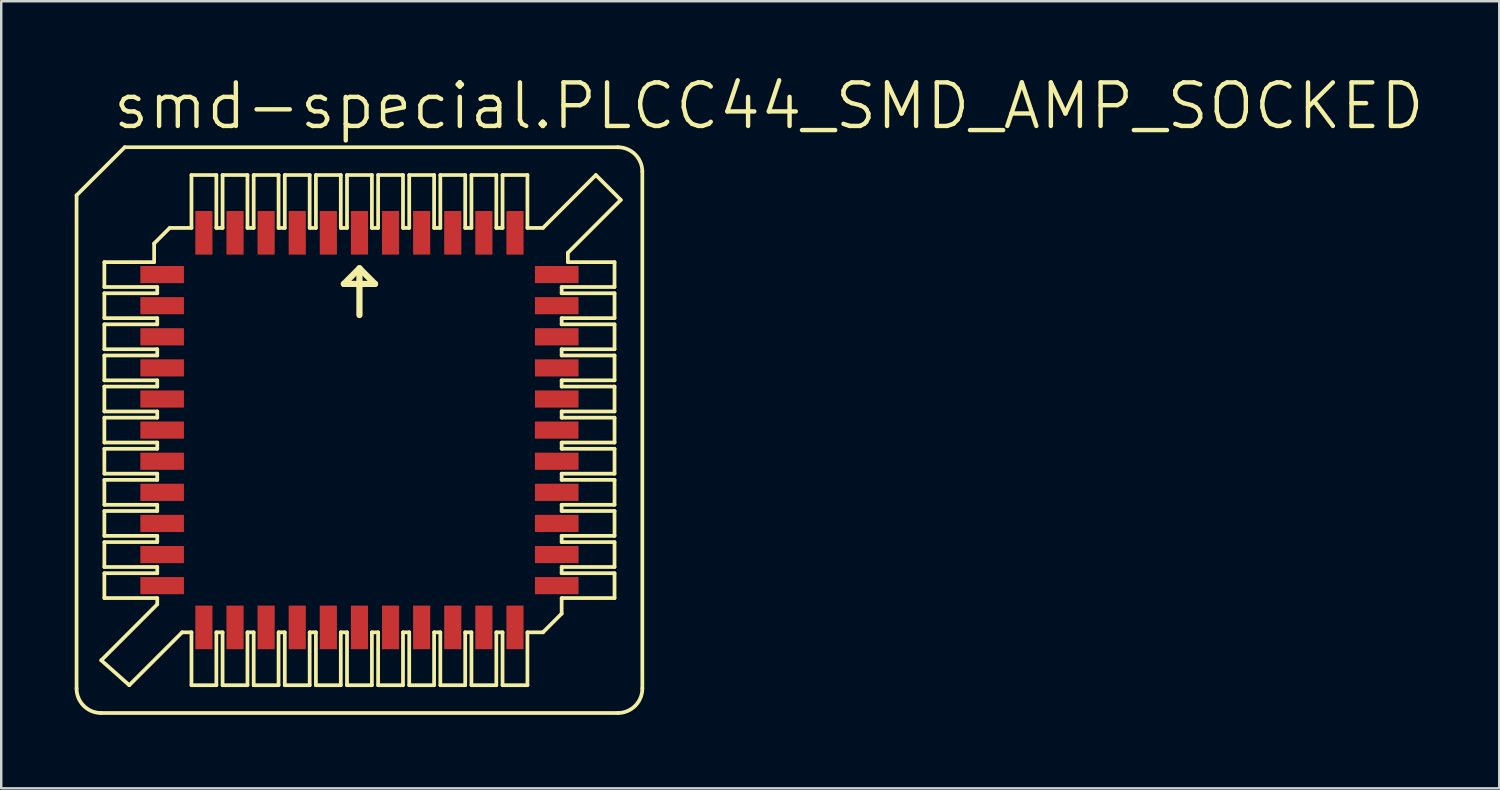
<source format=kicad_pcb>
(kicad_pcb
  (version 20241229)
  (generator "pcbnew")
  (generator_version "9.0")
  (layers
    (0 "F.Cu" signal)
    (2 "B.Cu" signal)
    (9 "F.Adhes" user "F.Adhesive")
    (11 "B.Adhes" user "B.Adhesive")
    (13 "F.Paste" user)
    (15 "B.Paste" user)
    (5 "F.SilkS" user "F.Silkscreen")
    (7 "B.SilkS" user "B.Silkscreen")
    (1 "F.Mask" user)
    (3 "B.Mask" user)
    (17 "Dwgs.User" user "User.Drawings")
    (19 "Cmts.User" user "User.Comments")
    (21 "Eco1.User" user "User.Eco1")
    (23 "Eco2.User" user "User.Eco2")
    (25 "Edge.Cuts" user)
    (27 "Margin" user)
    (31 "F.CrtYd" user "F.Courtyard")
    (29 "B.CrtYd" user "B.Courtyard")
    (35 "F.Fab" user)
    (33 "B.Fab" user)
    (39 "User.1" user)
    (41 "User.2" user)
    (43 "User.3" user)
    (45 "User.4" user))
  (footprint "smd-special.PLCC44_SMD_AMP_SOCKED"
    (layer "F.Cu")
    (at 11.625 14.51)
    (property "Reference" "smd-special.PLCC44_SMD_AMP_SOCKED" (at -10.16 -12.192 0) (layer "F.SilkS") (effects (font (size 1.778 1.778) (thickness 0.18)) (justify left bottom)))
    (attr smd)
    (fp_line (start -11.549 -9.587) (end -11.549 10.549) (stroke (width 0.152) (type default)) (layer "F.SilkS"))
    (fp_line (start -10.549 11.549) (end 10.549 11.549) (stroke (width 0.152) (type default)) (layer "F.SilkS"))
    (fp_line (start -10.541 9.398) (end -8.255 7.112) (stroke (width 0.152) (type default)) (layer "F.SilkS"))
    (fp_line (start -10.414 -5.842) (end -10.414 -6.858) (stroke (width 0.152) (type default)) (layer "F.SilkS"))
    (fp_line (start -10.414 -5.842) (end -8.255 -5.842) (stroke (width 0.152) (type default)) (layer "F.SilkS"))
    (fp_line (start -10.414 -4.572) (end -10.414 -5.588) (stroke (width 0.152) (type default)) (layer "F.SilkS"))
    (fp_line (start -10.414 -4.572) (end -8.255 -4.572) (stroke (width 0.152) (type default)) (layer "F.SilkS"))
    (fp_line (start -10.414 -3.302) (end -10.414 -4.318) (stroke (width 0.152) (type default)) (layer "F.SilkS"))
    (fp_line (start -10.414 -3.302) (end -8.255 -3.302) (stroke (width 0.152) (type default)) (layer "F.SilkS"))
    (fp_line (start -10.414 -2.032) (end -10.414 -3.048) (stroke (width 0.152) (type default)) (layer "F.SilkS"))
    (fp_line (start -10.414 -2.032) (end -8.255 -2.032) (stroke (width 0.152) (type default)) (layer "F.SilkS"))
    (fp_line (start -10.414 -0.762) (end -10.414 -1.778) (stroke (width 0.152) (type default)) (layer "F.SilkS"))
    (fp_line (start -10.414 -0.762) (end -8.255 -0.762) (stroke (width 0.152) (type default)) (layer "F.SilkS"))
    (fp_line (start -10.414 0.508) (end -10.414 -0.508) (stroke (width 0.152) (type default)) (layer "F.SilkS"))
    (fp_line (start -10.414 0.508) (end -8.255 0.508) (stroke (width 0.152) (type default)) (layer "F.SilkS"))
    (fp_line (start -10.414 1.778) (end -10.414 0.762) (stroke (width 0.152) (type default)) (layer "F.SilkS"))
    (fp_line (start -10.414 1.778) (end -8.255 1.778) (stroke (width 0.152) (type default)) (layer "F.SilkS"))
    (fp_line (start -10.414 2.032) (end -8.255 2.032) (stroke (width 0.152) (type default)) (layer "F.SilkS"))
    (fp_line (start -10.414 3.048) (end -10.414 2.032) (stroke (width 0.152) (type default)) (layer "F.SilkS"))
    (fp_line (start -10.414 3.048) (end -8.255 3.048) (stroke (width 0.152) (type default)) (layer "F.SilkS"))
    (fp_line (start -10.414 4.318) (end -10.414 3.302) (stroke (width 0.152) (type default)) (layer "F.SilkS"))
    (fp_line (start -10.414 4.318) (end -8.255 4.318) (stroke (width 0.152) (type default)) (layer "F.SilkS"))
    (fp_line (start -10.414 4.572) (end -10.414 5.588) (stroke (width 0.152) (type default)) (layer "F.SilkS"))
    (fp_line (start -10.414 4.572) (end -8.255 4.572) (stroke (width 0.152) (type default)) (layer "F.SilkS"))
    (fp_line (start -10.414 5.588) (end -8.255 5.588) (stroke (width 0.152) (type default)) (layer "F.SilkS"))
    (fp_line (start -10.414 5.842) (end -10.414 6.858) (stroke (width 0.152) (type default)) (layer "F.SilkS"))
    (fp_line (start -10.414 5.842) (end -8.255 5.842) (stroke (width 0.152) (type default)) (layer "F.SilkS"))
    (fp_line (start -10.414 6.858) (end -8.255 6.858) (stroke (width 0.152) (type default)) (layer "F.SilkS"))
    (fp_line (start -9.583 -11.549) (end -11.549 -9.587) (stroke (width 0.152) (type default)) (layer "F.SilkS"))
    (fp_line (start -9.398 10.414) (end -10.541 9.398) (stroke (width 0.152) (type default)) (layer "F.SilkS"))
    (fp_line (start -9.398 10.414) (end -7.239 8.255) (stroke (width 0.152) (type default)) (layer "F.SilkS"))
    (fp_line (start -8.382 -6.858) (end -10.414 -6.858) (stroke (width 0.152) (type default)) (layer "F.SilkS"))
    (fp_line (start -8.382 -6.858) (end -8.382 -7.62) (stroke (width 0.152) (type default)) (layer "F.SilkS"))
    (fp_line (start -8.255 -5.588) (end -10.414 -5.588) (stroke (width 0.152) (type default)) (layer "F.SilkS"))
    (fp_line (start -8.255 -5.588) (end -8.255 -5.842) (stroke (width 0.152) (type default)) (layer "F.SilkS"))
    (fp_line (start -8.255 -4.318) (end -10.414 -4.318) (stroke (width 0.152) (type default)) (layer "F.SilkS"))
    (fp_line (start -8.255 -4.318) (end -8.255 -4.572) (stroke (width 0.152) (type default)) (layer "F.SilkS"))
    (fp_line (start -8.255 -3.048) (end -10.414 -3.048) (stroke (width 0.152) (type default)) (layer "F.SilkS"))
    (fp_line (start -8.255 -3.048) (end -8.255 -3.302) (stroke (width 0.152) (type default)) (layer "F.SilkS"))
    (fp_line (start -8.255 -1.778) (end -10.414 -1.778) (stroke (width 0.152) (type default)) (layer "F.SilkS"))
    (fp_line (start -8.255 -1.778) (end -8.255 -2.032) (stroke (width 0.152) (type default)) (layer "F.SilkS"))
    (fp_line (start -8.255 -0.508) (end -10.414 -0.508) (stroke (width 0.152) (type default)) (layer "F.SilkS"))
    (fp_line (start -8.255 -0.508) (end -8.255 -0.762) (stroke (width 0.152) (type default)) (layer "F.SilkS"))
    (fp_line (start -8.255 0.762) (end -10.414 0.762) (stroke (width 0.152) (type default)) (layer "F.SilkS"))
    (fp_line (start -8.255 0.762) (end -8.255 0.508) (stroke (width 0.152) (type default)) (layer "F.SilkS"))
    (fp_line (start -8.255 2.032) (end -8.255 1.778) (stroke (width 0.152) (type default)) (layer "F.SilkS"))
    (fp_line (start -8.255 3.302) (end -10.414 3.302) (stroke (width 0.152) (type default)) (layer "F.SilkS"))
    (fp_line (start -8.255 3.302) (end -8.255 3.048) (stroke (width 0.152) (type default)) (layer "F.SilkS"))
    (fp_line (start -8.255 4.318) (end -8.255 4.572) (stroke (width 0.152) (type default)) (layer "F.SilkS"))
    (fp_line (start -8.255 5.588) (end -8.255 5.842) (stroke (width 0.152) (type default)) (layer "F.SilkS"))
    (fp_line (start -8.255 6.858) (end -8.255 7.112) (stroke (width 0.152) (type default)) (layer "F.SilkS"))
    (fp_line (start -7.747 -8.255) (end -8.382 -7.62) (stroke (width 0.152) (type default)) (layer "F.SilkS"))
    (fp_line (start -6.858 -10.414) (end -6.858 -8.255) (stroke (width 0.152) (type default)) (layer "F.SilkS"))
    (fp_line (start -6.858 -8.255) (end -7.747 -8.255) (stroke (width 0.152) (type default)) (layer "F.SilkS"))
    (fp_line (start -6.858 8.255) (end -7.239 8.255) (stroke (width 0.152) (type default)) (layer "F.SilkS"))
    (fp_line (start -6.858 10.414) (end -6.858 8.255) (stroke (width 0.152) (type default)) (layer "F.SilkS"))
    (fp_line (start -5.842 -10.414) (end -6.858 -10.414) (stroke (width 0.152) (type default)) (layer "F.SilkS"))
    (fp_line (start -5.842 -8.255) (end -5.842 -10.414) (stroke (width 0.152) (type default)) (layer "F.SilkS"))
    (fp_line (start -5.842 8.255) (end -5.842 10.414) (stroke (width 0.152) (type default)) (layer "F.SilkS"))
    (fp_line (start -5.842 10.414) (end -6.858 10.414) (stroke (width 0.152) (type default)) (layer "F.SilkS"))
    (fp_line (start -5.588 -8.255) (end -5.842 -8.255) (stroke (width 0.152) (type default)) (layer "F.SilkS"))
    (fp_line (start -5.588 -8.255) (end -5.588 -10.414) (stroke (width 0.152) (type default)) (layer "F.SilkS"))
    (fp_line (start -5.588 8.255) (end -5.842 8.255) (stroke (width 0.152) (type default)) (layer "F.SilkS"))
    (fp_line (start -5.588 8.255) (end -5.588 10.414) (stroke (width 0.152) (type default)) (layer "F.SilkS"))
    (fp_line (start -4.572 -10.414) (end -5.588 -10.414) (stroke (width 0.152) (type default)) (layer "F.SilkS"))
    (fp_line (start -4.572 -10.414) (end -4.572 -8.255) (stroke (width 0.152) (type default)) (layer "F.SilkS"))
    (fp_line (start -4.572 10.414) (end -5.588 10.414) (stroke (width 0.152) (type default)) (layer "F.SilkS"))
    (fp_line (start -4.572 10.414) (end -4.572 8.255) (stroke (width 0.152) (type default)) (layer "F.SilkS"))
    (fp_line (start -4.318 -8.255) (end -4.572 -8.255) (stroke (width 0.152) (type default)) (layer "F.SilkS"))
    (fp_line (start -4.318 -8.255) (end -4.318 -10.414) (stroke (width 0.152) (type default)) (layer "F.SilkS"))
    (fp_line (start -4.318 8.255) (end -4.572 8.255) (stroke (width 0.152) (type default)) (layer "F.SilkS"))
    (fp_line (start -4.318 10.414) (end -4.318 8.255) (stroke (width 0.152) (type default)) (layer "F.SilkS"))
    (fp_line (start -4.318 10.414) (end -3.302 10.414) (stroke (width 0.152) (type default)) (layer "F.SilkS"))
    (fp_line (start -3.302 -10.414) (end -4.318 -10.414) (stroke (width 0.152) (type default)) (layer "F.SilkS"))
    (fp_line (start -3.302 -10.414) (end -3.302 -8.255) (stroke (width 0.152) (type default)) (layer "F.SilkS"))
    (fp_line (start -3.302 8.255) (end -3.302 10.414) (stroke (width 0.152) (type default)) (layer "F.SilkS"))
    (fp_line (start -3.302 8.255) (end -3.048 8.255) (stroke (width 0.152) (type default)) (layer "F.SilkS"))
    (fp_line (start -3.048 -8.255) (end -3.302 -8.255) (stroke (width 0.152) (type default)) (layer "F.SilkS"))
    (fp_line (start -3.048 -8.255) (end -3.048 -10.414) (stroke (width 0.152) (type default)) (layer "F.SilkS"))
    (fp_line (start -3.048 10.414) (end -3.048 8.255) (stroke (width 0.152) (type default)) (layer "F.SilkS"))
    (fp_line (start -3.048 10.414) (end -2.032 10.414) (stroke (width 0.152) (type default)) (layer "F.SilkS"))
    (fp_line (start -2.032 -10.414) (end -3.048 -10.414) (stroke (width 0.152) (type default)) (layer "F.SilkS"))
    (fp_line (start -2.032 -10.414) (end -2.032 -8.255) (stroke (width 0.152) (type default)) (layer "F.SilkS"))
    (fp_line (start -2.032 8.255) (end -2.032 10.414) (stroke (width 0.152) (type default)) (layer "F.SilkS"))
    (fp_line (start -2.032 8.255) (end -1.778 8.255) (stroke (width 0.152) (type default)) (layer "F.SilkS"))
    (fp_line (start -1.778 -8.255) (end -2.032 -8.255) (stroke (width 0.152) (type default)) (layer "F.SilkS"))
    (fp_line (start -1.778 -8.255) (end -1.778 -10.414) (stroke (width 0.152) (type default)) (layer "F.SilkS"))
    (fp_line (start -1.778 10.414) (end -1.778 8.255) (stroke (width 0.152) (type default)) (layer "F.SilkS"))
    (fp_line (start -1.778 10.414) (end -0.762 10.414) (stroke (width 0.152) (type default)) (layer "F.SilkS"))
    (fp_line (start -0.762 -10.414) (end -1.778 -10.414) (stroke (width 0.152) (type default)) (layer "F.SilkS"))
    (fp_line (start -0.762 -10.414) (end -0.762 -8.255) (stroke (width 0.152) (type default)) (layer "F.SilkS"))
    (fp_line (start -0.762 8.255) (end -0.762 10.414) (stroke (width 0.152) (type default)) (layer "F.SilkS"))
    (fp_line (start -0.762 8.255) (end -0.508 8.255) (stroke (width 0.152) (type default)) (layer "F.SilkS"))
    (fp_line (start -0.635 -5.969) (end 0 -6.604) (stroke (width 0.254) (type default)) (layer "F.SilkS"))
    (fp_line (start -0.508 -8.255) (end -0.762 -8.255) (stroke (width 0.152) (type default)) (layer "F.SilkS"))
    (fp_line (start -0.508 -8.255) (end -0.508 -10.414) (stroke (width 0.152) (type default)) (layer "F.SilkS"))
    (fp_line (start -0.508 10.414) (end -0.508 8.255) (stroke (width 0.152) (type default)) (layer "F.SilkS"))
    (fp_line (start -0.508 10.414) (end 0.508 10.414) (stroke (width 0.152) (type default)) (layer "F.SilkS"))
    (fp_line (start 0 -6.604) (end 0 -4.699) (stroke (width 0.254) (type default)) (layer "F.SilkS"))
    (fp_line (start 0 -6.604) (end 0.635 -5.969) (stroke (width 0.254) (type default)) (layer "F.SilkS"))
    (fp_line (start 0.508 -10.414) (end -0.508 -10.414) (stroke (width 0.152) (type default)) (layer "F.SilkS"))
    (fp_line (start 0.508 -10.414) (end 0.508 -8.255) (stroke (width 0.152) (type default)) (layer "F.SilkS"))
    (fp_line (start 0.508 8.255) (end 0.508 10.414) (stroke (width 0.152) (type default)) (layer "F.SilkS"))
    (fp_line (start 0.508 8.255) (end 0.762 8.255) (stroke (width 0.152) (type default)) (layer "F.SilkS"))
    (fp_line (start 0.635 -5.969) (end -0.635 -5.969) (stroke (width 0.254) (type default)) (layer "F.SilkS"))
    (fp_line (start 0.762 -8.255) (end 0.508 -8.255) (stroke (width 0.152) (type default)) (layer "F.SilkS"))
    (fp_line (start 0.762 -8.255) (end 0.762 -10.414) (stroke (width 0.152) (type default)) (layer "F.SilkS"))
    (fp_line (start 0.762 10.414) (end 0.762 8.255) (stroke (width 0.152) (type default)) (layer "F.SilkS"))
    (fp_line (start 0.762 10.414) (end 1.778 10.414) (stroke (width 0.152) (type default)) (layer "F.SilkS"))
    (fp_line (start 1.778 -10.414) (end 0.762 -10.414) (stroke (width 0.152) (type default)) (layer "F.SilkS"))
    (fp_line (start 1.778 -10.414) (end 1.778 -8.255) (stroke (width 0.152) (type default)) (layer "F.SilkS"))
    (fp_line (start 1.778 8.255) (end 1.778 10.414) (stroke (width 0.152) (type default)) (layer "F.SilkS"))
    (fp_line (start 1.778 8.255) (end 2.032 8.255) (stroke (width 0.152) (type default)) (layer "F.SilkS"))
    (fp_line (start 2.032 -8.255) (end 1.778 -8.255) (stroke (width 0.152) (type default)) (layer "F.SilkS"))
    (fp_line (start 2.032 -8.255) (end 2.032 -10.414) (stroke (width 0.152) (type default)) (layer "F.SilkS"))
    (fp_line (start 2.032 10.414) (end 2.032 8.255) (stroke (width 0.152) (type default)) (layer "F.SilkS"))
    (fp_line (start 2.032 10.414) (end 3.048 10.414) (stroke (width 0.152) (type default)) (layer "F.SilkS"))
    (fp_line (start 3.048 -10.414) (end 2.032 -10.414) (stroke (width 0.152) (type default)) (layer "F.SilkS"))
    (fp_line (start 3.048 -10.414) (end 3.048 -8.255) (stroke (width 0.152) (type default)) (layer "F.SilkS"))
    (fp_line (start 3.048 8.255) (end 3.048 10.414) (stroke (width 0.152) (type default)) (layer "F.SilkS"))
    (fp_line (start 3.048 8.255) (end 3.302 8.255) (stroke (width 0.152) (type default)) (layer "F.SilkS"))
    (fp_line (start 3.302 -8.255) (end 3.048 -8.255) (stroke (width 0.152) (type default)) (layer "F.SilkS"))
    (fp_line (start 3.302 -8.255) (end 3.302 -10.414) (stroke (width 0.152) (type default)) (layer "F.SilkS"))
    (fp_line (start 3.302 10.414) (end 3.302 8.255) (stroke (width 0.152) (type default)) (layer "F.SilkS"))
    (fp_line (start 3.302 10.414) (end 4.318 10.414) (stroke (width 0.152) (type default)) (layer "F.SilkS"))
    (fp_line (start 4.318 -10.414) (end 3.302 -10.414) (stroke (width 0.152) (type default)) (layer "F.SilkS"))
    (fp_line (start 4.318 -10.414) (end 4.318 -8.255) (stroke (width 0.152) (type default)) (layer "F.SilkS"))
    (fp_line (start 4.318 -8.255) (end 4.572 -8.255) (stroke (width 0.152) (type default)) (layer "F.SilkS"))
    (fp_line (start 4.318 8.255) (end 4.318 10.414) (stroke (width 0.152) (type default)) (layer "F.SilkS"))
    (fp_line (start 4.318 8.255) (end 4.572 8.255) (stroke (width 0.152) (type default)) (layer "F.SilkS"))
    (fp_line (start 4.572 -10.414) (end 4.572 -8.255) (stroke (width 0.152) (type default)) (layer "F.SilkS"))
    (fp_line (start 4.572 -10.414) (end 5.588 -10.414) (stroke (width 0.152) (type default)) (layer "F.SilkS"))
    (fp_line (start 4.572 8.255) (end 4.572 10.414) (stroke (width 0.152) (type default)) (layer "F.SilkS"))
    (fp_line (start 5.588 -10.414) (end 5.588 -8.255) (stroke (width 0.152) (type default)) (layer "F.SilkS"))
    (fp_line (start 5.588 -8.255) (end 5.842 -8.255) (stroke (width 0.152) (type default)) (layer "F.SilkS"))
    (fp_line (start 5.588 10.414) (end 4.572 10.414) (stroke (width 0.152) (type default)) (layer "F.SilkS"))
    (fp_line (start 5.588 10.414) (end 5.588 8.255) (stroke (width 0.152) (type default)) (layer "F.SilkS"))
    (fp_line (start 5.842 -10.414) (end 5.842 -8.255) (stroke (width 0.152) (type default)) (layer "F.SilkS"))
    (fp_line (start 5.842 -10.414) (end 6.858 -10.414) (stroke (width 0.152) (type default)) (layer "F.SilkS"))
    (fp_line (start 5.842 8.255) (end 5.588 8.255) (stroke (width 0.152) (type default)) (layer "F.SilkS"))
    (fp_line (start 5.842 8.255) (end 5.842 10.414) (stroke (width 0.152) (type default)) (layer "F.SilkS"))
    (fp_line (start 6.858 -10.414) (end 6.858 -8.255) (stroke (width 0.152) (type default)) (layer "F.SilkS"))
    (fp_line (start 6.858 -8.255) (end 7.493 -8.255) (stroke (width 0.152) (type default)) (layer "F.SilkS"))
    (fp_line (start 6.858 8.255) (end 7.493 8.255) (stroke (width 0.152) (type default)) (layer "F.SilkS"))
    (fp_line (start 6.858 10.414) (end 5.842 10.414) (stroke (width 0.152) (type default)) (layer "F.SilkS"))
    (fp_line (start 6.858 10.414) (end 6.858 8.255) (stroke (width 0.152) (type default)) (layer "F.SilkS"))
    (fp_line (start 8.255 -5.842) (end 8.255 -5.588) (stroke (width 0.152) (type default)) (layer "F.SilkS"))
    (fp_line (start 8.255 -5.842) (end 10.414 -5.842) (stroke (width 0.152) (type default)) (layer "F.SilkS"))
    (fp_line (start 8.255 -4.572) (end 8.255 -4.318) (stroke (width 0.152) (type default)) (layer "F.SilkS"))
    (fp_line (start 8.255 -4.572) (end 10.414 -4.572) (stroke (width 0.152) (type default)) (layer "F.SilkS"))
    (fp_line (start 8.255 -3.302) (end 8.255 -3.048) (stroke (width 0.152) (type default)) (layer "F.SilkS"))
    (fp_line (start 8.255 -3.302) (end 10.414 -3.302) (stroke (width 0.152) (type default)) (layer "F.SilkS"))
    (fp_line (start 8.255 -2.032) (end 8.255 -1.778) (stroke (width 0.152) (type default)) (layer "F.SilkS"))
    (fp_line (start 8.255 -2.032) (end 10.414 -2.032) (stroke (width 0.152) (type default)) (layer "F.SilkS"))
    (fp_line (start 8.255 -0.762) (end 8.255 -0.508) (stroke (width 0.152) (type default)) (layer "F.SilkS"))
    (fp_line (start 8.255 -0.762) (end 10.414 -0.762) (stroke (width 0.152) (type default)) (layer "F.SilkS"))
    (fp_line (start 8.255 0.508) (end 8.255 0.762) (stroke (width 0.152) (type default)) (layer "F.SilkS"))
    (fp_line (start 8.255 0.508) (end 10.414 0.508) (stroke (width 0.152) (type default)) (layer "F.SilkS"))
    (fp_line (start 8.255 1.778) (end 8.255 2.032) (stroke (width 0.152) (type default)) (layer "F.SilkS"))
    (fp_line (start 8.255 1.778) (end 10.414 1.778) (stroke (width 0.152) (type default)) (layer "F.SilkS"))
    (fp_line (start 8.255 3.048) (end 8.255 3.302) (stroke (width 0.152) (type default)) (layer "F.SilkS"))
    (fp_line (start 8.255 3.048) (end 10.414 3.048) (stroke (width 0.152) (type default)) (layer "F.SilkS"))
    (fp_line (start 8.255 4.318) (end 8.255 4.572) (stroke (width 0.152) (type default)) (layer "F.SilkS"))
    (fp_line (start 8.255 4.318) (end 10.414 4.318) (stroke (width 0.152) (type default)) (layer "F.SilkS"))
    (fp_line (start 8.255 5.588) (end 8.255 5.842) (stroke (width 0.152) (type default)) (layer "F.SilkS"))
    (fp_line (start 8.255 5.588) (end 10.414 5.588) (stroke (width 0.152) (type default)) (layer "F.SilkS"))
    (fp_line (start 8.255 5.842) (end 10.414 5.842) (stroke (width 0.152) (type default)) (layer "F.SilkS"))
    (fp_line (start 8.255 6.858) (end 8.255 7.493) (stroke (width 0.152) (type default)) (layer "F.SilkS"))
    (fp_line (start 8.255 6.858) (end 10.414 6.858) (stroke (width 0.152) (type default)) (layer "F.SilkS"))
    (fp_line (start 8.255 7.493) (end 7.493 8.255) (stroke (width 0.152) (type default)) (layer "F.SilkS"))
    (fp_line (start 8.509 -7.239) (end 8.509 -6.858) (stroke (width 0.152) (type default)) (layer "F.SilkS"))
    (fp_line (start 8.509 -6.858) (end 10.414 -6.858) (stroke (width 0.152) (type default)) (layer "F.SilkS"))
    (fp_line (start 9.652 -10.414) (end 7.493 -8.255) (stroke (width 0.152) (type default)) (layer "F.SilkS"))
    (fp_line (start 10.414 -6.858) (end 10.414 -5.842) (stroke (width 0.152) (type default)) (layer "F.SilkS"))
    (fp_line (start 10.414 -5.588) (end 8.255 -5.588) (stroke (width 0.152) (type default)) (layer "F.SilkS"))
    (fp_line (start 10.414 -5.588) (end 10.414 -4.572) (stroke (width 0.152) (type default)) (layer "F.SilkS"))
    (fp_line (start 10.414 -4.318) (end 8.255 -4.318) (stroke (width 0.152) (type default)) (layer "F.SilkS"))
    (fp_line (start 10.414 -4.318) (end 10.414 -3.302) (stroke (width 0.152) (type default)) (layer "F.SilkS"))
    (fp_line (start 10.414 -3.048) (end 8.255 -3.048) (stroke (width 0.152) (type default)) (layer "F.SilkS"))
    (fp_line (start 10.414 -3.048) (end 10.414 -2.032) (stroke (width 0.152) (type default)) (layer "F.SilkS"))
    (fp_line (start 10.414 -1.778) (end 8.255 -1.778) (stroke (width 0.152) (type default)) (layer "F.SilkS"))
    (fp_line (start 10.414 -1.778) (end 10.414 -0.762) (stroke (width 0.152) (type default)) (layer "F.SilkS"))
    (fp_line (start 10.414 -0.508) (end 8.255 -0.508) (stroke (width 0.152) (type default)) (layer "F.SilkS"))
    (fp_line (start 10.414 -0.508) (end 10.414 0.508) (stroke (width 0.152) (type default)) (layer "F.SilkS"))
    (fp_line (start 10.414 0.762) (end 8.255 0.762) (stroke (width 0.152) (type default)) (layer "F.SilkS"))
    (fp_line (start 10.414 0.762) (end 10.414 1.778) (stroke (width 0.152) (type default)) (layer "F.SilkS"))
    (fp_line (start 10.414 2.032) (end 8.255 2.032) (stroke (width 0.152) (type default)) (layer "F.SilkS"))
    (fp_line (start 10.414 2.032) (end 10.414 3.048) (stroke (width 0.152) (type default)) (layer "F.SilkS"))
    (fp_line (start 10.414 3.302) (end 8.255 3.302) (stroke (width 0.152) (type default)) (layer "F.SilkS"))
    (fp_line (start 10.414 3.302) (end 10.414 4.318) (stroke (width 0.152) (type default)) (layer "F.SilkS"))
    (fp_line (start 10.414 4.572) (end 8.255 4.572) (stroke (width 0.152) (type default)) (layer "F.SilkS"))
    (fp_line (start 10.414 4.572) (end 10.414 5.588) (stroke (width 0.152) (type default)) (layer "F.SilkS"))
    (fp_line (start 10.414 5.842) (end 10.414 6.858) (stroke (width 0.152) (type default)) (layer "F.SilkS"))
    (fp_line (start 10.549 -11.549) (end -9.583 -11.549) (stroke (width 0.152) (type default)) (layer "F.SilkS"))
    (fp_line (start 10.668 -9.398) (end 8.509 -7.239) (stroke (width 0.152) (type default)) (layer "F.SilkS"))
    (fp_line (start 10.668 -9.398) (end 9.652 -10.414) (stroke (width 0.152) (type default)) (layer "F.SilkS"))
    (fp_line (start 11.549 10.549) (end 11.549 -10.549) (stroke (width 0.152) (type default)) (layer "F.SilkS"))
    (fp_arc (start -10.549 11.549) (mid -11.256107 11.256107) (end -11.549 10.549) (stroke (width 0.1524) (type default)) (layer "F.SilkS"))
    (fp_arc (start 10.549 -11.549) (mid 11.256107 -11.256107) (end 11.549 -10.549) (stroke (width 0.1524) (type default)) (layer "F.SilkS"))
    (fp_arc (start 11.549 10.549) (mid 11.256107 11.256107) (end 10.549 11.549) (stroke (width 0.1524) (type default)) (layer "F.SilkS"))
    (pad "1" smd roundrect (at 0 -8.055) (size 0.7 1.78) (layers "F.Cu" "F.Mask" "F.Paste") (roundrect_rratio 0.01))
    (pad "2" smd roundrect (at -1.27 -8.055) (size 0.7 1.78) (layers "F.Cu" "F.Mask" "F.Paste") (roundrect_rratio 0.01))
    (pad "3" smd roundrect (at -2.54 -8.055) (size 0.7 1.78) (layers "F.Cu" "F.Mask" "F.Paste") (roundrect_rratio 0.01))
    (pad "4" smd roundrect (at -3.81 -8.055) (size 0.7 1.78) (layers "F.Cu" "F.Mask" "F.Paste") (roundrect_rratio 0.01))
    (pad "5" smd roundrect (at -5.08 -8.055) (size 0.7 1.78) (layers "F.Cu" "F.Mask" "F.Paste") (roundrect_rratio 0.01))
    (pad "6" smd roundrect (at -6.35 -8.055) (size 0.7 1.78) (layers "F.Cu" "F.Mask" "F.Paste") (roundrect_rratio 0.01))
    (pad "7" smd roundrect (at -8.055 -6.35) (size 1.78 0.7) (layers "F.Cu" "F.Mask" "F.Paste") (roundrect_rratio 0.01))
    (pad "8" smd roundrect (at -8.055 -5.08) (size 1.78 0.7) (layers "F.Cu" "F.Mask" "F.Paste") (roundrect_rratio 0.01))
    (pad "9" smd roundrect (at -8.055 -3.81) (size 1.78 0.7) (layers "F.Cu" "F.Mask" "F.Paste") (roundrect_rratio 0.01))
    (pad "10" smd roundrect (at -8.055 -2.54) (size 1.78 0.7) (layers "F.Cu" "F.Mask" "F.Paste") (roundrect_rratio 0.01))
    (pad "11" smd roundrect (at -8.055 -1.27) (size 1.78 0.7) (layers "F.Cu" "F.Mask" "F.Paste") (roundrect_rratio 0.01))
    (pad "12" smd roundrect (at -8.055 0) (size 1.78 0.7) (layers "F.Cu" "F.Mask" "F.Paste") (roundrect_rratio 0.01))
    (pad "13" smd roundrect (at -8.055 1.27) (size 1.78 0.7) (layers "F.Cu" "F.Mask" "F.Paste") (roundrect_rratio 0.01))
    (pad "14" smd roundrect (at -8.055 2.54) (size 1.78 0.7) (layers "F.Cu" "F.Mask" "F.Paste") (roundrect_rratio 0.01))
    (pad "15" smd roundrect (at -8.055 3.81) (size 1.78 0.7) (layers "F.Cu" "F.Mask" "F.Paste") (roundrect_rratio 0.01))
    (pad "16" smd roundrect (at -8.055 5.08) (size 1.78 0.7) (layers "F.Cu" "F.Mask" "F.Paste") (roundrect_rratio 0.01))
    (pad "17" smd roundrect (at -8.055 6.35) (size 1.78 0.7) (layers "F.Cu" "F.Mask" "F.Paste") (roundrect_rratio 0.01))
    (pad "18" smd roundrect (at -6.35 8.055) (size 0.7 1.78) (layers "F.Cu" "F.Mask" "F.Paste") (roundrect_rratio 0.01))
    (pad "19" smd roundrect (at -5.08 8.055) (size 0.7 1.78) (layers "F.Cu" "F.Mask" "F.Paste") (roundrect_rratio 0.01))
    (pad "20" smd roundrect (at -3.81 8.055) (size 0.7 1.78) (layers "F.Cu" "F.Mask" "F.Paste") (roundrect_rratio 0.01))
    (pad "21" smd roundrect (at -2.54 8.055) (size 0.7 1.78) (layers "F.Cu" "F.Mask" "F.Paste") (roundrect_rratio 0.01))
    (pad "22" smd roundrect (at -1.27 8.055) (size 0.7 1.78) (layers "F.Cu" "F.Mask" "F.Paste") (roundrect_rratio 0.01))
    (pad "23" smd roundrect (at 0 8.055) (size 0.7 1.78) (layers "F.Cu" "F.Mask" "F.Paste") (roundrect_rratio 0.01))
    (pad "24" smd roundrect (at 1.27 8.055) (size 0.7 1.78) (layers "F.Cu" "F.Mask" "F.Paste") (roundrect_rratio 0.01))
    (pad "25" smd roundrect (at 2.54 8.055) (size 0.7 1.78) (layers "F.Cu" "F.Mask" "F.Paste") (roundrect_rratio 0.01))
    (pad "26" smd roundrect (at 3.81 8.055) (size 0.7 1.78) (layers "F.Cu" "F.Mask" "F.Paste") (roundrect_rratio 0.01))
    (pad "27" smd roundrect (at 5.08 8.055) (size 0.7 1.78) (layers "F.Cu" "F.Mask" "F.Paste") (roundrect_rratio 0.01))
    (pad "28" smd roundrect (at 6.35 8.055) (size 0.7 1.78) (layers "F.Cu" "F.Mask" "F.Paste") (roundrect_rratio 0.01))
    (pad "29" smd roundrect (at 8.055 6.35) (size 1.78 0.7) (layers "F.Cu" "F.Mask" "F.Paste") (roundrect_rratio 0.01))
    (pad "30" smd roundrect (at 8.055 5.08) (size 1.78 0.7) (layers "F.Cu" "F.Mask" "F.Paste") (roundrect_rratio 0.01))
    (pad "31" smd roundrect (at 8.055 3.81) (size 1.78 0.7) (layers "F.Cu" "F.Mask" "F.Paste") (roundrect_rratio 0.01))
    (pad "32" smd roundrect (at 8.055 2.54) (size 1.78 0.7) (layers "F.Cu" "F.Mask" "F.Paste") (roundrect_rratio 0.01))
    (pad "33" smd roundrect (at 8.055 1.27) (size 1.78 0.7) (layers "F.Cu" "F.Mask" "F.Paste") (roundrect_rratio 0.01))
    (pad "34" smd roundrect (at 8.052 0) (size 1.78 0.7) (layers "F.Cu" "F.Mask" "F.Paste") (roundrect_rratio 0.01))
    (pad "35" smd roundrect (at 8.055 -1.27) (size 1.78 0.7) (layers "F.Cu" "F.Mask" "F.Paste") (roundrect_rratio 0.01))
    (pad "36" smd roundrect (at 8.055 -2.54) (size 1.78 0.7) (layers "F.Cu" "F.Mask" "F.Paste") (roundrect_rratio 0.01))
    (pad "37" smd roundrect (at 8.055 -3.81) (size 1.78 0.7) (layers "F.Cu" "F.Mask" "F.Paste") (roundrect_rratio 0.01))
    (pad "38" smd roundrect (at 8.055 -5.08) (size 1.78 0.7) (layers "F.Cu" "F.Mask" "F.Paste") (roundrect_rratio 0.01))
    (pad "39" smd roundrect (at 8.055 -6.35) (size 1.78 0.7) (layers "F.Cu" "F.Mask" "F.Paste") (roundrect_rratio 0.01))
    (pad "40" smd roundrect (at 6.35 -8.055) (size 0.7 1.78) (layers "F.Cu" "F.Mask" "F.Paste") (roundrect_rratio 0.01))
    (pad "41" smd roundrect (at 5.08 -8.055) (size 0.7 1.78) (layers "F.Cu" "F.Mask" "F.Paste") (roundrect_rratio 0.01))
    (pad "42" smd roundrect (at 3.81 -8.055) (size 0.7 1.78) (layers "F.Cu" "F.Mask" "F.Paste") (roundrect_rratio 0.01))
    (pad "43" smd roundrect (at 2.54 -8.055) (size 0.7 1.78) (layers "F.Cu" "F.Mask" "F.Paste") (roundrect_rratio 0.01))
    (pad "44" smd roundrect (at 1.27 -8.055) (size 0.7 1.78) (layers "F.Cu" "F.Mask" "F.Paste") (roundrect_rratio 0.01)))
  (gr_rect
    (start -3 -3)
    (end 58.159 29.135)
    (stroke (width 0.1) (type default))
    (fill no)
    (layer "Edge.Cuts")))
</source>
